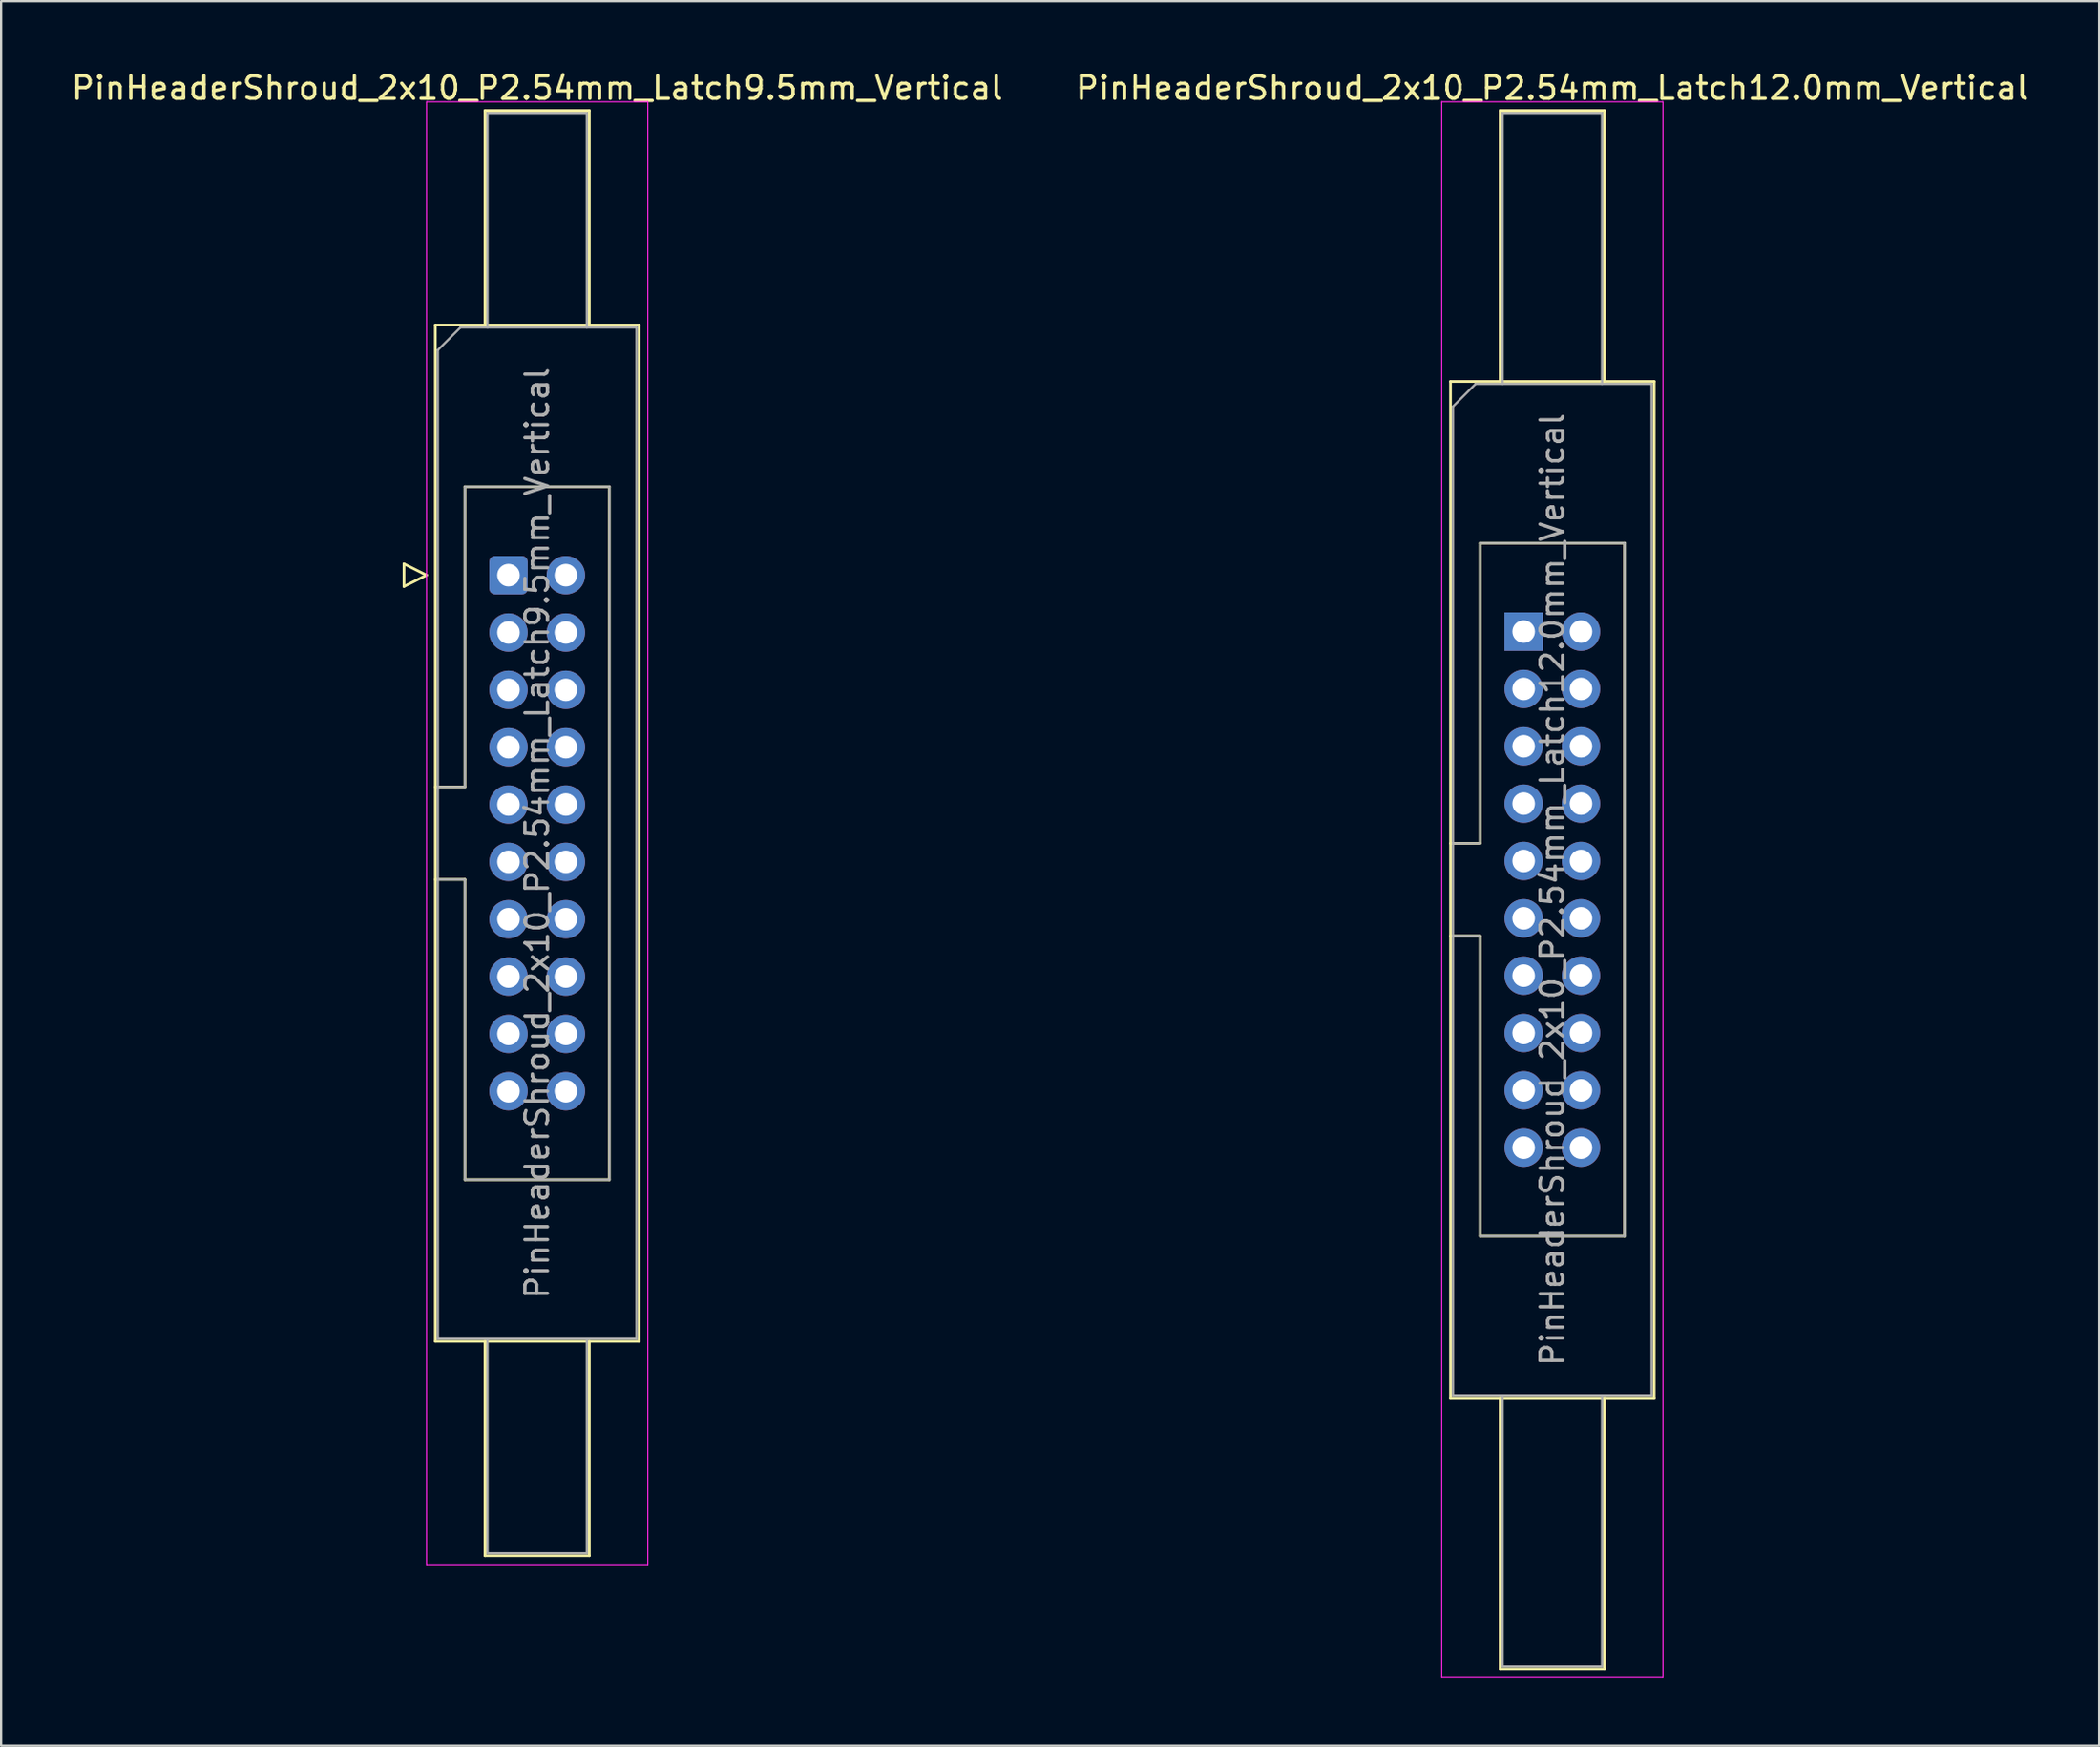
<source format=kicad_pcb>
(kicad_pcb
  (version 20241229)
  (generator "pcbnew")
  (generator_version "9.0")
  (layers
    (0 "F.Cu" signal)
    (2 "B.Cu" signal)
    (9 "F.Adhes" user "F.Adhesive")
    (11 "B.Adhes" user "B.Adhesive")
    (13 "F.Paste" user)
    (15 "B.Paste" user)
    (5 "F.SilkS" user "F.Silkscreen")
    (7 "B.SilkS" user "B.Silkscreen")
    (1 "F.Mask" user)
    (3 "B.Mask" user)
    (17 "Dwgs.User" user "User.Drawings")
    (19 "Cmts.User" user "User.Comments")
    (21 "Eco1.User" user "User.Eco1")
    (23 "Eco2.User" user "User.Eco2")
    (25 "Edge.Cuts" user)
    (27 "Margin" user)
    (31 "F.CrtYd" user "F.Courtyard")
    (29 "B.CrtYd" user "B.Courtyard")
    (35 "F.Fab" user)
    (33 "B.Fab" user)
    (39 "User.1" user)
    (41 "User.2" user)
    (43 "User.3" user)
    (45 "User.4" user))
  (footprint "PinHeaderShroud_2x10_P2.54mm_Latch9.5mm_Vertical"
    (layer "F.Cu")
    (at 19.474 22.428)
    (property "Reference" "PinHeaderShroud_2x10_P2.54mm_Latch9.5mm_Vertical" (at 1.27 -21.58 0) (layer "F.SilkS") (effects (font (size 1 1) (thickness 0.15))))
    (attr through_hole)
    (fp_line (start -4.63 -0.5) (end -4.63 0.5) (stroke (width 0.12) (type solid)) (layer "F.SilkS"))
    (fp_line (start -4.63 0.5) (end -3.63 0) (stroke (width 0.12) (type solid)) (layer "F.SilkS"))
    (fp_line (start -3.63 0) (end -4.63 -0.5) (stroke (width 0.12) (type solid)) (layer "F.SilkS"))
    (fp_line (start -3.24 -11.08) (end 5.78 -11.08) (stroke (width 0.12) (type solid)) (layer "F.SilkS"))
    (fp_line (start -3.24 9.38) (end -1.93 9.38) (stroke (width 0.12) (type solid)) (layer "F.SilkS"))
    (fp_line (start -3.24 13.48) (end -1.93 13.48) (stroke (width 0.12) (type solid)) (layer "F.SilkS"))
    (fp_line (start -3.24 33.94) (end -3.24 -11.08) (stroke (width 0.12) (type solid)) (layer "F.SilkS"))
    (fp_line (start -1.93 -3.92) (end 4.47 -3.92) (stroke (width 0.12) (type solid)) (layer "F.SilkS"))
    (fp_line (start -1.93 9.38) (end -1.93 -3.92) (stroke (width 0.12) (type solid)) (layer "F.SilkS"))
    (fp_line (start -1.93 26.78) (end -1.93 13.48) (stroke (width 0.12) (type solid)) (layer "F.SilkS"))
    (fp_line (start -1.04 -20.58) (end 3.58 -20.58) (stroke (width 0.12) (type solid)) (layer "F.SilkS"))
    (fp_line (start -1.04 -11.08) (end -1.04 -20.58) (stroke (width 0.12) (type solid)) (layer "F.SilkS"))
    (fp_line (start -1.04 33.94) (end -1.04 43.44) (stroke (width 0.12) (type solid)) (layer "F.SilkS"))
    (fp_line (start -1.04 43.44) (end 3.58 43.44) (stroke (width 0.12) (type solid)) (layer "F.SilkS"))
    (fp_line (start 3.58 -20.58) (end 3.58 -11.08) (stroke (width 0.12) (type solid)) (layer "F.SilkS"))
    (fp_line (start 3.58 43.44) (end 3.58 33.94) (stroke (width 0.12) (type solid)) (layer "F.SilkS"))
    (fp_line (start 4.47 -3.92) (end 4.47 26.78) (stroke (width 0.12) (type solid)) (layer "F.SilkS"))
    (fp_line (start 4.47 26.78) (end -1.93 26.78) (stroke (width 0.12) (type solid)) (layer "F.SilkS"))
    (fp_line (start 5.78 -11.08) (end 5.78 33.94) (stroke (width 0.12) (type solid)) (layer "F.SilkS"))
    (fp_line (start 5.78 33.94) (end -3.24 33.94) (stroke (width 0.12) (type solid)) (layer "F.SilkS"))
    (fp_line (start -3.63 -20.97) (end -3.63 43.83) (stroke (width 0.05) (type solid)) (layer "F.CrtYd"))
    (fp_line (start -3.63 43.83) (end 6.17 43.83) (stroke (width 0.05) (type solid)) (layer "F.CrtYd"))
    (fp_line (start 6.17 -20.97) (end -3.63 -20.97) (stroke (width 0.05) (type solid)) (layer "F.CrtYd"))
    (fp_line (start 6.17 43.83) (end 6.17 -20.97) (stroke (width 0.05) (type solid)) (layer "F.CrtYd"))
    (fp_line (start -3.13 -9.97) (end -2.13 -10.97) (stroke (width 0.1) (type solid)) (layer "F.Fab"))
    (fp_line (start -3.13 9.38) (end -1.93 9.38) (stroke (width 0.1) (type solid)) (layer "F.Fab"))
    (fp_line (start -3.13 13.48) (end -1.93 13.48) (stroke (width 0.1) (type solid)) (layer "F.Fab"))
    (fp_line (start -3.13 33.83) (end -3.13 -9.97) (stroke (width 0.1) (type solid)) (layer "F.Fab"))
    (fp_line (start -2.13 -10.97) (end 5.67 -10.97) (stroke (width 0.1) (type solid)) (layer "F.Fab"))
    (fp_line (start -1.93 -3.92) (end 4.47 -3.92) (stroke (width 0.1) (type solid)) (layer "F.Fab"))
    (fp_line (start -1.93 9.38) (end -1.93 -3.92) (stroke (width 0.1) (type solid)) (layer "F.Fab"))
    (fp_line (start -1.93 26.78) (end -1.93 13.48) (stroke (width 0.1) (type solid)) (layer "F.Fab"))
    (fp_line (start -0.93 -20.47) (end 3.47 -20.47) (stroke (width 0.1) (type solid)) (layer "F.Fab"))
    (fp_line (start -0.93 -10.97) (end -0.93 -20.47) (stroke (width 0.1) (type solid)) (layer "F.Fab"))
    (fp_line (start -0.93 33.83) (end -0.93 43.33) (stroke (width 0.1) (type solid)) (layer "F.Fab"))
    (fp_line (start -0.93 43.33) (end 3.47 43.33) (stroke (width 0.1) (type solid)) (layer "F.Fab"))
    (fp_line (start 3.47 -20.47) (end 3.47 -10.97) (stroke (width 0.1) (type solid)) (layer "F.Fab"))
    (fp_line (start 3.47 43.33) (end 3.47 33.83) (stroke (width 0.1) (type solid)) (layer "F.Fab"))
    (fp_line (start 4.47 -3.92) (end 4.47 26.78) (stroke (width 0.1) (type solid)) (layer "F.Fab"))
    (fp_line (start 4.47 26.78) (end -1.93 26.78) (stroke (width 0.1) (type solid)) (layer "F.Fab"))
    (fp_line (start 5.67 -10.97) (end 5.67 33.83) (stroke (width 0.1) (type solid)) (layer "F.Fab"))
    (fp_line (start 5.67 33.83) (end -3.13 33.83) (stroke (width 0.1) (type solid)) (layer "F.Fab"))
    (fp_text user "${REFERENCE}" (at 1.27 11.43 90) (layer "F.Fab") (effects (font (size 1 1) (thickness 0.15))))
    (pad "1" thru_hole roundrect (at 0 0) (size 1.7 1.7) (drill 1) (layers "*.Cu" "*.Mask") (roundrect_rratio 0.147))
    (pad "2" thru_hole circle (at 2.54 0) (size 1.7 1.7) (drill 1) (layers "*.Cu" "*.Mask"))
    (pad "3" thru_hole circle (at 0 2.54) (size 1.7 1.7) (drill 1) (layers "*.Cu" "*.Mask"))
    (pad "4" thru_hole circle (at 2.54 2.54) (size 1.7 1.7) (drill 1) (layers "*.Cu" "*.Mask"))
    (pad "5" thru_hole circle (at 0 5.08) (size 1.7 1.7) (drill 1) (layers "*.Cu" "*.Mask"))
    (pad "6" thru_hole circle (at 2.54 5.08) (size 1.7 1.7) (drill 1) (layers "*.Cu" "*.Mask"))
    (pad "7" thru_hole circle (at 0 7.62) (size 1.7 1.7) (drill 1) (layers "*.Cu" "*.Mask"))
    (pad "8" thru_hole circle (at 2.54 7.62) (size 1.7 1.7) (drill 1) (layers "*.Cu" "*.Mask"))
    (pad "9" thru_hole circle (at 0 10.16) (size 1.7 1.7) (drill 1) (layers "*.Cu" "*.Mask"))
    (pad "10" thru_hole circle (at 2.54 10.16) (size 1.7 1.7) (drill 1) (layers "*.Cu" "*.Mask"))
    (pad "11" thru_hole circle (at 0 12.7) (size 1.7 1.7) (drill 1) (layers "*.Cu" "*.Mask"))
    (pad "12" thru_hole circle (at 2.54 12.7) (size 1.7 1.7) (drill 1) (layers "*.Cu" "*.Mask"))
    (pad "13" thru_hole circle (at 0 15.24) (size 1.7 1.7) (drill 1) (layers "*.Cu" "*.Mask"))
    (pad "14" thru_hole circle (at 2.54 15.24) (size 1.7 1.7) (drill 1) (layers "*.Cu" "*.Mask"))
    (pad "15" thru_hole circle (at 0 17.78) (size 1.7 1.7) (drill 1) (layers "*.Cu" "*.Mask"))
    (pad "16" thru_hole circle (at 2.54 17.78) (size 1.7 1.7) (drill 1) (layers "*.Cu" "*.Mask"))
    (pad "17" thru_hole circle (at 0 20.32) (size 1.7 1.7) (drill 1) (layers "*.Cu" "*.Mask"))
    (pad "18" thru_hole circle (at 2.54 20.32) (size 1.7 1.7) (drill 1) (layers "*.Cu" "*.Mask"))
    (pad "19" thru_hole circle (at 0 22.86) (size 1.7 1.7) (drill 1) (layers "*.Cu" "*.Mask"))
    (pad "20" thru_hole circle (at 2.54 22.86) (size 1.7 1.7) (drill 1) (layers "*.Cu" "*.Mask")))
  (footprint "PinHeaderShroud_2x10_P2.54mm_Latch12.0mm_Vertical"
    (layer "F.Cu")
    (at 64.438 24.928)
    (property "Reference" "PinHeaderShroud_2x10_P2.54mm_Latch12.0mm_Vertical" (at 1.27 -24.08 0) (layer "F.SilkS") (effects (font (size 1 1) (thickness 0.15))))
    (attr through_hole)
    (fp_line (start -3.24 -11.08) (end 5.78 -11.08) (stroke (width 0.12) (type solid)) (layer "F.SilkS"))
    (fp_line (start -3.24 9.38) (end -1.93 9.38) (stroke (width 0.12) (type solid)) (layer "F.SilkS"))
    (fp_line (start -3.24 13.48) (end -1.93 13.48) (stroke (width 0.12) (type solid)) (layer "F.SilkS"))
    (fp_line (start -3.24 33.94) (end -3.24 -11.08) (stroke (width 0.12) (type solid)) (layer "F.SilkS"))
    (fp_line (start -1.93 -3.92) (end 4.47 -3.92) (stroke (width 0.12) (type solid)) (layer "F.SilkS"))
    (fp_line (start -1.93 9.38) (end -1.93 -3.92) (stroke (width 0.12) (type solid)) (layer "F.SilkS"))
    (fp_line (start -1.93 26.78) (end -1.93 13.48) (stroke (width 0.12) (type solid)) (layer "F.SilkS"))
    (fp_line (start -1.04 -23.08) (end 3.58 -23.08) (stroke (width 0.12) (type solid)) (layer "F.SilkS"))
    (fp_line (start -1.04 -11.08) (end -1.04 -23.08) (stroke (width 0.12) (type solid)) (layer "F.SilkS"))
    (fp_line (start -1.04 33.94) (end -1.04 45.94) (stroke (width 0.12) (type solid)) (layer "F.SilkS"))
    (fp_line (start -1.04 45.94) (end 3.58 45.94) (stroke (width 0.12) (type solid)) (layer "F.SilkS"))
    (fp_line (start 3.58 -23.08) (end 3.58 -11.08) (stroke (width 0.12) (type solid)) (layer "F.SilkS"))
    (fp_line (start 3.58 45.94) (end 3.58 33.94) (stroke (width 0.12) (type solid)) (layer "F.SilkS"))
    (fp_line (start 4.47 -3.92) (end 4.47 26.78) (stroke (width 0.12) (type solid)) (layer "F.SilkS"))
    (fp_line (start 4.47 26.78) (end -1.93 26.78) (stroke (width 0.12) (type solid)) (layer "F.SilkS"))
    (fp_line (start 5.78 -11.08) (end 5.78 33.94) (stroke (width 0.12) (type solid)) (layer "F.SilkS"))
    (fp_line (start 5.78 33.94) (end -3.24 33.94) (stroke (width 0.12) (type solid)) (layer "F.SilkS"))
    (fp_line (start -3.63 -23.47) (end -3.63 46.33) (stroke (width 0.05) (type solid)) (layer "F.CrtYd"))
    (fp_line (start -3.63 46.33) (end 6.17 46.33) (stroke (width 0.05) (type solid)) (layer "F.CrtYd"))
    (fp_line (start 6.17 -23.47) (end -3.63 -23.47) (stroke (width 0.05) (type solid)) (layer "F.CrtYd"))
    (fp_line (start 6.17 46.33) (end 6.17 -23.47) (stroke (width 0.05) (type solid)) (layer "F.CrtYd"))
    (fp_line (start -3.13 -9.97) (end -2.13 -10.97) (stroke (width 0.1) (type solid)) (layer "F.Fab"))
    (fp_line (start -3.13 9.38) (end -1.93 9.38) (stroke (width 0.1) (type solid)) (layer "F.Fab"))
    (fp_line (start -3.13 13.48) (end -1.93 13.48) (stroke (width 0.1) (type solid)) (layer "F.Fab"))
    (fp_line (start -3.13 33.83) (end -3.13 -9.97) (stroke (width 0.1) (type solid)) (layer "F.Fab"))
    (fp_line (start -2.13 -10.97) (end 5.67 -10.97) (stroke (width 0.1) (type solid)) (layer "F.Fab"))
    (fp_line (start -1.93 -3.92) (end 4.47 -3.92) (stroke (width 0.1) (type solid)) (layer "F.Fab"))
    (fp_line (start -1.93 9.38) (end -1.93 -3.92) (stroke (width 0.1) (type solid)) (layer "F.Fab"))
    (fp_line (start -1.93 26.78) (end -1.93 13.48) (stroke (width 0.1) (type solid)) (layer "F.Fab"))
    (fp_line (start -0.93 -22.97) (end 3.47 -22.97) (stroke (width 0.1) (type solid)) (layer "F.Fab"))
    (fp_line (start -0.93 -10.97) (end -0.93 -22.97) (stroke (width 0.1) (type solid)) (layer "F.Fab"))
    (fp_line (start -0.93 33.83) (end -0.93 45.83) (stroke (width 0.1) (type solid)) (layer "F.Fab"))
    (fp_line (start -0.93 45.83) (end 3.47 45.83) (stroke (width 0.1) (type solid)) (layer "F.Fab"))
    (fp_line (start 3.47 -22.97) (end 3.47 -10.97) (stroke (width 0.1) (type solid)) (layer "F.Fab"))
    (fp_line (start 3.47 45.83) (end 3.47 33.83) (stroke (width 0.1) (type solid)) (layer "F.Fab"))
    (fp_line (start 4.47 -3.92) (end 4.47 26.78) (stroke (width 0.1) (type solid)) (layer "F.Fab"))
    (fp_line (start 4.47 26.78) (end -1.93 26.78) (stroke (width 0.1) (type solid)) (layer "F.Fab"))
    (fp_line (start 5.67 -10.97) (end 5.67 33.83) (stroke (width 0.1) (type solid)) (layer "F.Fab"))
    (fp_line (start 5.67 33.83) (end -3.13 33.83) (stroke (width 0.1) (type solid)) (layer "F.Fab"))
    (fp_text user "${REFERENCE}" (at 1.27 11.43 90) (layer "F.Fab") (effects (font (size 1 1) (thickness 0.15))))
    (pad "1" thru_hole rect (at 0 0) (size 1.7 1.7) (drill 1) (layers "*.Cu" "*.Mask"))
    (pad "2" thru_hole circle (at 2.54 0) (size 1.7 1.7) (drill 1) (layers "*.Cu" "*.Mask"))
    (pad "3" thru_hole circle (at 0 2.54) (size 1.7 1.7) (drill 1) (layers "*.Cu" "*.Mask"))
    (pad "4" thru_hole circle (at 2.54 2.54) (size 1.7 1.7) (drill 1) (layers "*.Cu" "*.Mask"))
    (pad "5" thru_hole circle (at 0 5.08) (size 1.7 1.7) (drill 1) (layers "*.Cu" "*.Mask"))
    (pad "6" thru_hole circle (at 2.54 5.08) (size 1.7 1.7) (drill 1) (layers "*.Cu" "*.Mask"))
    (pad "7" thru_hole circle (at 0 7.62) (size 1.7 1.7) (drill 1) (layers "*.Cu" "*.Mask"))
    (pad "8" thru_hole circle (at 2.54 7.62) (size 1.7 1.7) (drill 1) (layers "*.Cu" "*.Mask"))
    (pad "9" thru_hole circle (at 0 10.16) (size 1.7 1.7) (drill 1) (layers "*.Cu" "*.Mask"))
    (pad "10" thru_hole circle (at 2.54 10.16) (size 1.7 1.7) (drill 1) (layers "*.Cu" "*.Mask"))
    (pad "11" thru_hole circle (at 0 12.7) (size 1.7 1.7) (drill 1) (layers "*.Cu" "*.Mask"))
    (pad "12" thru_hole circle (at 2.54 12.7) (size 1.7 1.7) (drill 1) (layers "*.Cu" "*.Mask"))
    (pad "13" thru_hole circle (at 0 15.24) (size 1.7 1.7) (drill 1) (layers "*.Cu" "*.Mask"))
    (pad "14" thru_hole circle (at 2.54 15.24) (size 1.7 1.7) (drill 1) (layers "*.Cu" "*.Mask"))
    (pad "15" thru_hole circle (at 0 17.78) (size 1.7 1.7) (drill 1) (layers "*.Cu" "*.Mask"))
    (pad "16" thru_hole circle (at 2.54 17.78) (size 1.7 1.7) (drill 1) (layers "*.Cu" "*.Mask"))
    (pad "17" thru_hole circle (at 0 20.32) (size 1.7 1.7) (drill 1) (layers "*.Cu" "*.Mask"))
    (pad "18" thru_hole circle (at 2.54 20.32) (size 1.7 1.7) (drill 1) (layers "*.Cu" "*.Mask"))
    (pad "19" thru_hole circle (at 0 22.86) (size 1.7 1.7) (drill 1) (layers "*.Cu" "*.Mask"))
    (pad "20" thru_hole circle (at 2.54 22.86) (size 1.7 1.7) (drill 1) (layers "*.Cu" "*.Mask")))
  (gr_rect
    (start -3 -3)
    (end 89.929 74.283)
    (stroke (width 0.1) (type default))
    (fill no)
    (layer "Edge.Cuts")))
</source>
